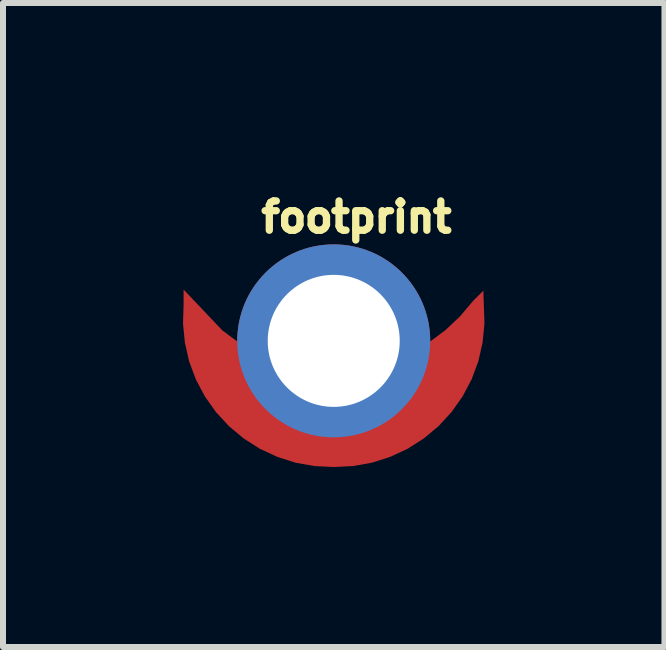
<source format=kicad_pcb>
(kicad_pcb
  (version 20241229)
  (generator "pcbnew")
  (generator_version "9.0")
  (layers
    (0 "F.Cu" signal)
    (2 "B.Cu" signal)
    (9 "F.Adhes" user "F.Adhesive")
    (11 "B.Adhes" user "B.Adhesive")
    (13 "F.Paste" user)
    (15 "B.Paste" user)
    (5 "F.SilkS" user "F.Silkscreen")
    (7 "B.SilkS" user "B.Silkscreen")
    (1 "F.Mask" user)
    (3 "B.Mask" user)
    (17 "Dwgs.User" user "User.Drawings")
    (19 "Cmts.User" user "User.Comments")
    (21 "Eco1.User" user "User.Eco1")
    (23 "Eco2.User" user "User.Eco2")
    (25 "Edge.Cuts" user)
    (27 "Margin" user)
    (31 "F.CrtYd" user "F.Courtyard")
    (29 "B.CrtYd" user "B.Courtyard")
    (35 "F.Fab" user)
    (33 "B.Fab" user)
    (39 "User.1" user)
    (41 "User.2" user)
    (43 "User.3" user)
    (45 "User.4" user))
  (footprint "footprint"
    (layer "F.Cu")
    (at 2.512 2.631)
    (property "Reference" "footprint" (at -1.27 -1.778 0) (layer "F.SilkS") (effects (font (size 0.488 0.488) (thickness 0.122)) (justify left bottom)))
    (fp_poly (pts (xy -1.855 -0.173) (xy -1.587 0.025) (xy -1.296 0.192) (xy -0.988 0.325) (xy -0.666 0.421) (xy -0.335 0.479) (xy -0.000001 0.498) (xy 0.335 0.479) (xy 0.666 0.421) (xy 0.988 0.325) (xy 1.296 0.192) (xy 1.587 0.025) (xy 1.857 -0.175) (xy 2.102 -0.405) (xy 2.325 -0.669) (xy 2.494 -0.837) (xy 2.512 -0.29) (xy 2.481 0.029) (xy 2.41 0.341) (xy 2.298 0.642) (xy 2.148 0.925) (xy 1.963 1.187) (xy 1.746 1.422) (xy 1.5 1.627) (xy 1.23 1.799) (xy 0.939 1.934) (xy 0.634 2.031) (xy 0.318 2.087) (xy 0.002 2.102) (xy -0.002 2.102) (xy -0.318 2.087) (xy -0.634 2.031) (xy -0.939 1.934) (xy -1.23 1.799) (xy -1.5 1.627) (xy -1.746 1.422) (xy -1.963 1.187) (xy -2.148 0.925) (xy -2.298 0.642) (xy -2.41 0.341) (xy -2.481 0.029) (xy -2.512 -0.29) (xy -2.502 -0.602) (xy -2.502 -0.855)) (stroke (width 0) (type solid)) (fill yes) (layer "F.Cu"))
    (fp_poly (pts (xy -1.855 -0.173) (xy -1.587 0.025) (xy -1.296 0.192) (xy -0.988 0.325) (xy -0.666 0.421) (xy -0.335 0.479) (xy -0.000001 0.498) (xy 0.335 0.479) (xy 0.666 0.421) (xy 0.988 0.325) (xy 1.296 0.192) (xy 1.587 0.025) (xy 1.857 -0.175) (xy 2.102 -0.405) (xy 2.325 -0.669) (xy 2.494 -0.837) (xy 2.512 -0.29) (xy 2.481 0.029) (xy 2.41 0.341) (xy 2.298 0.642) (xy 2.148 0.925) (xy 1.963 1.187) (xy 1.746 1.422) (xy 1.5 1.627) (xy 1.23 1.799) (xy 0.939 1.934) (xy 0.634 2.031) (xy 0.318 2.087) (xy 0.002 2.102) (xy -0.002 2.102) (xy -0.318 2.087) (xy -0.634 2.031) (xy -0.939 1.934) (xy -1.23 1.799) (xy -1.5 1.627) (xy -1.746 1.422) (xy -1.963 1.187) (xy -2.148 0.925) (xy -2.298 0.642) (xy -2.41 0.341) (xy -2.481 0.029) (xy -2.512 -0.29) (xy -2.502 -0.602) (xy -2.502 -0.855)) (stroke (width 0) (type solid)) (fill yes) (layer "F.Mask"))
    (pad "1" thru_hole circle (at 0 0 90) (size 3.216 3.216) (drill 2.2) (layers "*.Cu" "*.Mask")))
  (gr_rect
    (start -3 -3)
    (end 8.024 7.733)
    (stroke (width 0.1) (type default))
    (fill no)
    (layer "Edge.Cuts")))
</source>
